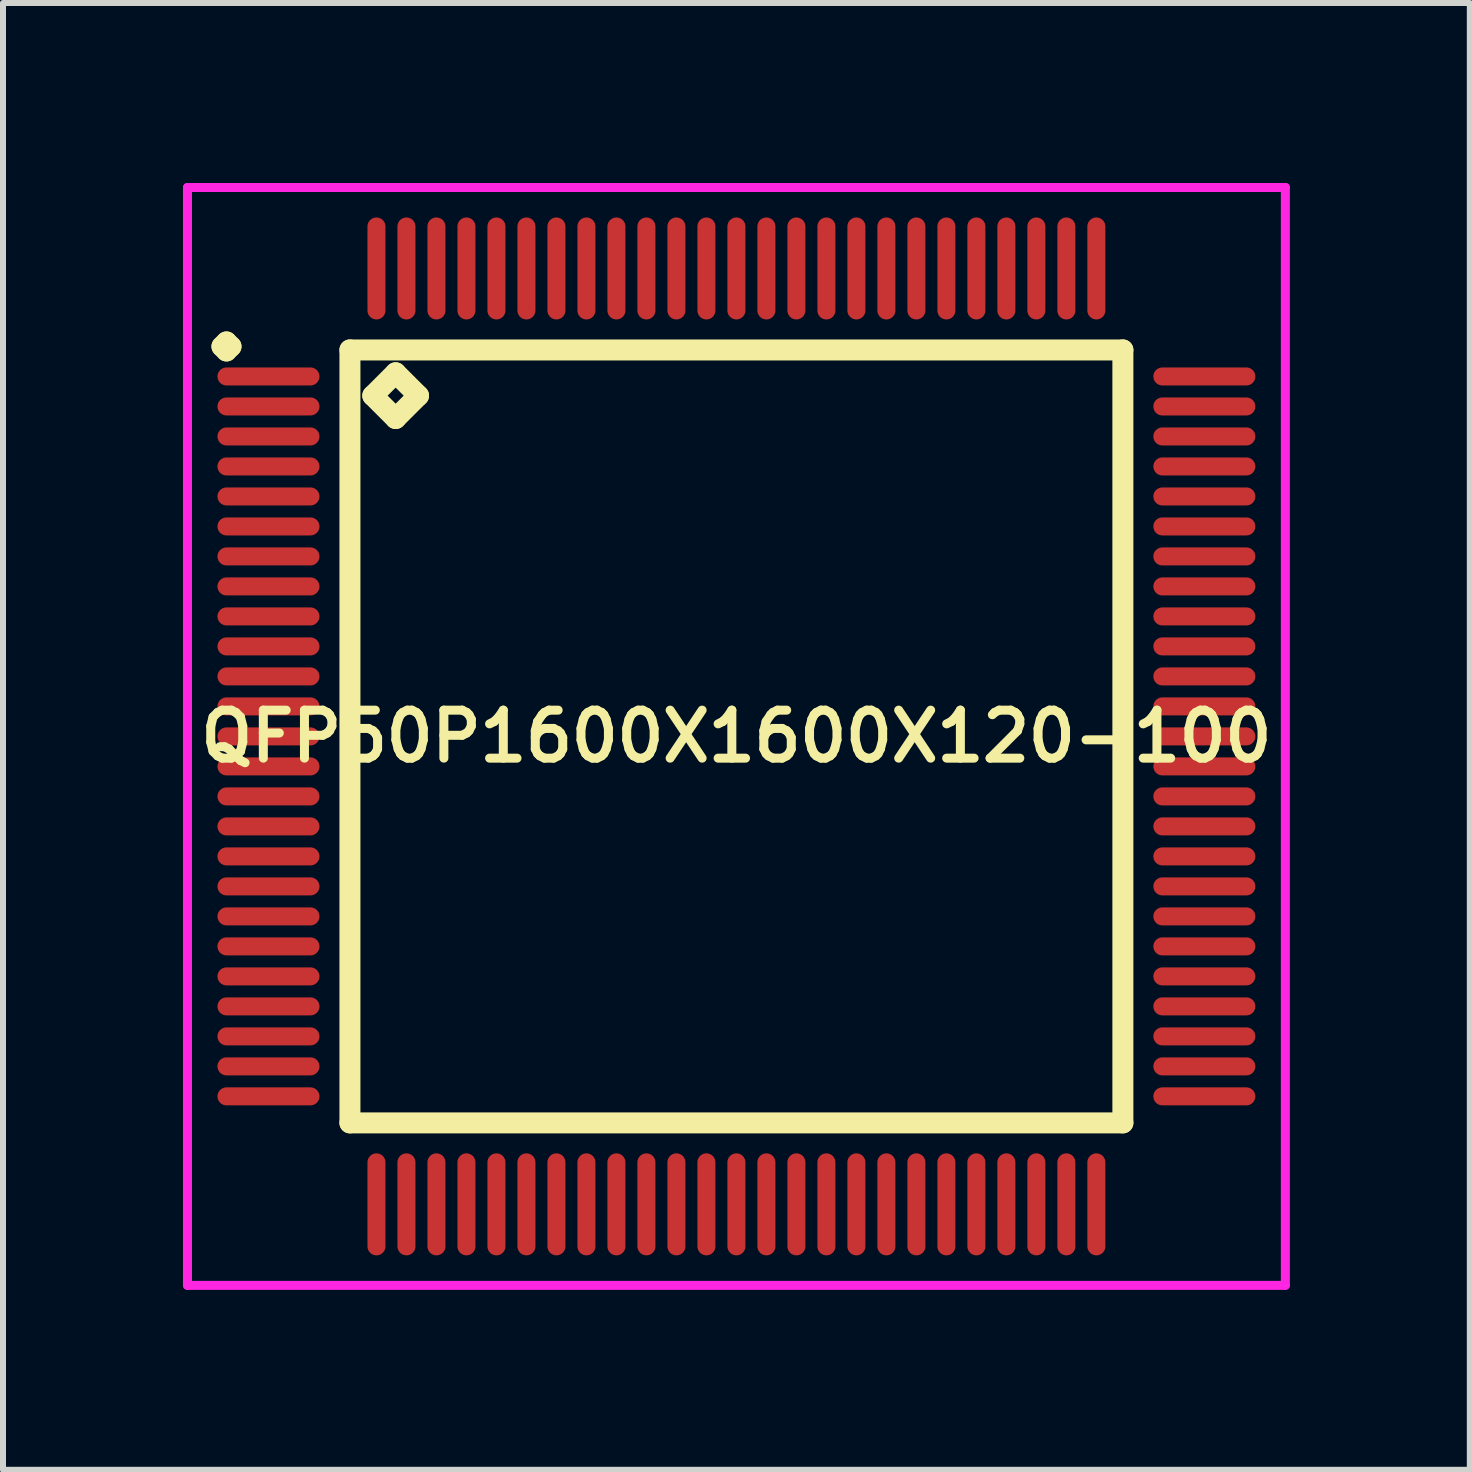
<source format=kicad_pcb>
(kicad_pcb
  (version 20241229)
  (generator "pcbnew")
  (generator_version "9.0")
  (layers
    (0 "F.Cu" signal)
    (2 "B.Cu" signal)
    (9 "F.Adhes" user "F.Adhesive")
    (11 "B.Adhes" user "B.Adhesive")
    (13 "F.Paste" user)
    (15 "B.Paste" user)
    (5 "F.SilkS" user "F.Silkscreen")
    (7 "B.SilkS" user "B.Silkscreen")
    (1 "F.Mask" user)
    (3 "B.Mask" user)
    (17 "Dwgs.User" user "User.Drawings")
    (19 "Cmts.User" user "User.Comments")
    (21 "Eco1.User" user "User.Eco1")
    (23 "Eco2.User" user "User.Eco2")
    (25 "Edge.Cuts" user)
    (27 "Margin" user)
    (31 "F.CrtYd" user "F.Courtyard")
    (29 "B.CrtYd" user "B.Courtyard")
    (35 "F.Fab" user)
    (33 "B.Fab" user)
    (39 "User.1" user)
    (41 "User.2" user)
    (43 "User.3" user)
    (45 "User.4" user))
  (footprint "QFP50P1600X1600X120-100"
    (layer "F.Cu")
    (at 9.225 9.225)
    (property "Reference" "QFP50P1600X1600X120-100" (at 0 0 0) (layer "F.SilkS") (effects (font (size 0.8 0.8) (thickness 0.15))))
    (attr smd)
    (fp_line (start -8.575 -6.5) (end -8.5 -6.575) (stroke (width 0.35) (type solid)) (layer "F.SilkS"))
    (fp_line (start -8.5 -6.575) (end -8.425 -6.5) (stroke (width 0.35) (type solid)) (layer "F.SilkS"))
    (fp_line (start -8.5 -6.425) (end -8.575 -6.5) (stroke (width 0.35) (type solid)) (layer "F.SilkS"))
    (fp_line (start -8.425 -6.5) (end -8.5 -6.425) (stroke (width 0.35) (type solid)) (layer "F.SilkS"))
    (fp_line (start -6.442 -6.442) (end -6.442 6.442) (stroke (width 0.35) (type solid)) (layer "F.SilkS"))
    (fp_line (start -6.442 6.442) (end 6.442 6.442) (stroke (width 0.35) (type solid)) (layer "F.SilkS"))
    (fp_line (start -6.061 -5.68) (end -5.68 -6.061) (stroke (width 0.35) (type solid)) (layer "F.SilkS"))
    (fp_line (start -5.68 -6.061) (end -5.299 -5.68) (stroke (width 0.35) (type solid)) (layer "F.SilkS"))
    (fp_line (start -5.68 -5.299) (end -6.061 -5.68) (stroke (width 0.35) (type solid)) (layer "F.SilkS"))
    (fp_line (start -5.299 -5.68) (end -5.68 -5.299) (stroke (width 0.35) (type solid)) (layer "F.SilkS"))
    (fp_line (start 6.442 -6.442) (end -6.442 -6.442) (stroke (width 0.35) (type solid)) (layer "F.SilkS"))
    (fp_line (start 6.442 6.442) (end 6.442 -6.442) (stroke (width 0.35) (type solid)) (layer "F.SilkS"))
    (fp_line (start -9.15 -9.15) (end 9.15 -9.15) (stroke (width 0.15) (type solid)) (layer "F.CrtYd"))
    (fp_line (start -9.15 9.15) (end -9.15 -9.15) (stroke (width 0.15) (type solid)) (layer "F.CrtYd"))
    (fp_line (start 9.15 -9.15) (end 9.15 9.15) (stroke (width 0.15) (type solid)) (layer "F.CrtYd"))
    (fp_line (start 9.15 9.15) (end -9.15 9.15) (stroke (width 0.15) (type solid)) (layer "F.CrtYd"))
    (pad "1" smd oval (at -7.8 -6) (size 1.7 0.3) (layers "F.Cu" "F.Mask" "F.Paste"))
    (pad "2" smd oval (at -7.8 -5.5) (size 1.7 0.3) (layers "F.Cu" "F.Mask" "F.Paste"))
    (pad "3" smd oval (at -7.8 -5) (size 1.7 0.3) (layers "F.Cu" "F.Mask" "F.Paste"))
    (pad "4" smd oval (at -7.8 -4.5) (size 1.7 0.3) (layers "F.Cu" "F.Mask" "F.Paste"))
    (pad "5" smd oval (at -7.8 -4) (size 1.7 0.3) (layers "F.Cu" "F.Mask" "F.Paste"))
    (pad "6" smd oval (at -7.8 -3.5) (size 1.7 0.3) (layers "F.Cu" "F.Mask" "F.Paste"))
    (pad "7" smd oval (at -7.8 -3) (size 1.7 0.3) (layers "F.Cu" "F.Mask" "F.Paste"))
    (pad "8" smd oval (at -7.8 -2.5) (size 1.7 0.3) (layers "F.Cu" "F.Mask" "F.Paste"))
    (pad "9" smd oval (at -7.8 -2) (size 1.7 0.3) (layers "F.Cu" "F.Mask" "F.Paste"))
    (pad "10" smd oval (at -7.8 -1.5) (size 1.7 0.3) (layers "F.Cu" "F.Mask" "F.Paste"))
    (pad "11" smd oval (at -7.8 -1) (size 1.7 0.3) (layers "F.Cu" "F.Mask" "F.Paste"))
    (pad "12" smd oval (at -7.8 -0.5) (size 1.7 0.3) (layers "F.Cu" "F.Mask" "F.Paste"))
    (pad "13" smd oval (at -7.8 0) (size 1.7 0.3) (layers "F.Cu" "F.Mask" "F.Paste"))
    (pad "14" smd oval (at -7.8 0.5) (size 1.7 0.3) (layers "F.Cu" "F.Mask" "F.Paste"))
    (pad "15" smd oval (at -7.8 1) (size 1.7 0.3) (layers "F.Cu" "F.Mask" "F.Paste"))
    (pad "16" smd oval (at -7.8 1.5) (size 1.7 0.3) (layers "F.Cu" "F.Mask" "F.Paste"))
    (pad "17" smd oval (at -7.8 2) (size 1.7 0.3) (layers "F.Cu" "F.Mask" "F.Paste"))
    (pad "18" smd oval (at -7.8 2.5) (size 1.7 0.3) (layers "F.Cu" "F.Mask" "F.Paste"))
    (pad "19" smd oval (at -7.8 3) (size 1.7 0.3) (layers "F.Cu" "F.Mask" "F.Paste"))
    (pad "20" smd oval (at -7.8 3.5) (size 1.7 0.3) (layers "F.Cu" "F.Mask" "F.Paste"))
    (pad "21" smd oval (at -7.8 4) (size 1.7 0.3) (layers "F.Cu" "F.Mask" "F.Paste"))
    (pad "22" smd oval (at -7.8 4.5) (size 1.7 0.3) (layers "F.Cu" "F.Mask" "F.Paste"))
    (pad "23" smd oval (at -7.8 5) (size 1.7 0.3) (layers "F.Cu" "F.Mask" "F.Paste"))
    (pad "24" smd oval (at -7.8 5.5) (size 1.7 0.3) (layers "F.Cu" "F.Mask" "F.Paste"))
    (pad "25" smd oval (at -7.8 6) (size 1.7 0.3) (layers "F.Cu" "F.Mask" "F.Paste"))
    (pad "26" smd oval (at -6 7.8) (size 0.3 1.7) (layers "F.Cu" "F.Mask" "F.Paste"))
    (pad "27" smd oval (at -5.5 7.8) (size 0.3 1.7) (layers "F.Cu" "F.Mask" "F.Paste"))
    (pad "28" smd oval (at -5 7.8) (size 0.3 1.7) (layers "F.Cu" "F.Mask" "F.Paste"))
    (pad "29" smd oval (at -4.5 7.8) (size 0.3 1.7) (layers "F.Cu" "F.Mask" "F.Paste"))
    (pad "30" smd oval (at -4 7.8) (size 0.3 1.7) (layers "F.Cu" "F.Mask" "F.Paste"))
    (pad "31" smd oval (at -3.5 7.8) (size 0.3 1.7) (layers "F.Cu" "F.Mask" "F.Paste"))
    (pad "32" smd oval (at -3 7.8) (size 0.3 1.7) (layers "F.Cu" "F.Mask" "F.Paste"))
    (pad "33" smd oval (at -2.5 7.8) (size 0.3 1.7) (layers "F.Cu" "F.Mask" "F.Paste"))
    (pad "34" smd oval (at -2 7.8) (size 0.3 1.7) (layers "F.Cu" "F.Mask" "F.Paste"))
    (pad "35" smd oval (at -1.5 7.8) (size 0.3 1.7) (layers "F.Cu" "F.Mask" "F.Paste"))
    (pad "36" smd oval (at -1 7.8) (size 0.3 1.7) (layers "F.Cu" "F.Mask" "F.Paste"))
    (pad "37" smd oval (at -0.5 7.8) (size 0.3 1.7) (layers "F.Cu" "F.Mask" "F.Paste"))
    (pad "38" smd oval (at 0 7.8) (size 0.3 1.7) (layers "F.Cu" "F.Mask" "F.Paste"))
    (pad "39" smd oval (at 0.5 7.8) (size 0.3 1.7) (layers "F.Cu" "F.Mask" "F.Paste"))
    (pad "40" smd oval (at 1 7.8) (size 0.3 1.7) (layers "F.Cu" "F.Mask" "F.Paste"))
    (pad "41" smd oval (at 1.5 7.8) (size 0.3 1.7) (layers "F.Cu" "F.Mask" "F.Paste"))
    (pad "42" smd oval (at 2 7.8) (size 0.3 1.7) (layers "F.Cu" "F.Mask" "F.Paste"))
    (pad "43" smd oval (at 2.5 7.8) (size 0.3 1.7) (layers "F.Cu" "F.Mask" "F.Paste"))
    (pad "44" smd oval (at 3 7.8) (size 0.3 1.7) (layers "F.Cu" "F.Mask" "F.Paste"))
    (pad "45" smd oval (at 3.5 7.8) (size 0.3 1.7) (layers "F.Cu" "F.Mask" "F.Paste"))
    (pad "46" smd oval (at 4 7.8) (size 0.3 1.7) (layers "F.Cu" "F.Mask" "F.Paste"))
    (pad "47" smd oval (at 4.5 7.8) (size 0.3 1.7) (layers "F.Cu" "F.Mask" "F.Paste"))
    (pad "48" smd oval (at 5 7.8) (size 0.3 1.7) (layers "F.Cu" "F.Mask" "F.Paste"))
    (pad "49" smd oval (at 5.5 7.8) (size 0.3 1.7) (layers "F.Cu" "F.Mask" "F.Paste"))
    (pad "50" smd oval (at 6 7.8) (size 0.3 1.7) (layers "F.Cu" "F.Mask" "F.Paste"))
    (pad "51" smd oval (at 7.8 6) (size 1.7 0.3) (layers "F.Cu" "F.Mask" "F.Paste"))
    (pad "52" smd oval (at 7.8 5.5) (size 1.7 0.3) (layers "F.Cu" "F.Mask" "F.Paste"))
    (pad "53" smd oval (at 7.8 5) (size 1.7 0.3) (layers "F.Cu" "F.Mask" "F.Paste"))
    (pad "54" smd oval (at 7.8 4.5) (size 1.7 0.3) (layers "F.Cu" "F.Mask" "F.Paste"))
    (pad "55" smd oval (at 7.8 4) (size 1.7 0.3) (layers "F.Cu" "F.Mask" "F.Paste"))
    (pad "56" smd oval (at 7.8 3.5) (size 1.7 0.3) (layers "F.Cu" "F.Mask" "F.Paste"))
    (pad "57" smd oval (at 7.8 3) (size 1.7 0.3) (layers "F.Cu" "F.Mask" "F.Paste"))
    (pad "58" smd oval (at 7.8 2.5) (size 1.7 0.3) (layers "F.Cu" "F.Mask" "F.Paste"))
    (pad "59" smd oval (at 7.8 2) (size 1.7 0.3) (layers "F.Cu" "F.Mask" "F.Paste"))
    (pad "60" smd oval (at 7.8 1.5) (size 1.7 0.3) (layers "F.Cu" "F.Mask" "F.Paste"))
    (pad "61" smd oval (at 7.8 1) (size 1.7 0.3) (layers "F.Cu" "F.Mask" "F.Paste"))
    (pad "62" smd oval (at 7.8 0.5) (size 1.7 0.3) (layers "F.Cu" "F.Mask" "F.Paste"))
    (pad "63" smd oval (at 7.8 0) (size 1.7 0.3) (layers "F.Cu" "F.Mask" "F.Paste"))
    (pad "64" smd oval (at 7.8 -0.5) (size 1.7 0.3) (layers "F.Cu" "F.Mask" "F.Paste"))
    (pad "65" smd oval (at 7.8 -1) (size 1.7 0.3) (layers "F.Cu" "F.Mask" "F.Paste"))
    (pad "66" smd oval (at 7.8 -1.5) (size 1.7 0.3) (layers "F.Cu" "F.Mask" "F.Paste"))
    (pad "67" smd oval (at 7.8 -2) (size 1.7 0.3) (layers "F.Cu" "F.Mask" "F.Paste"))
    (pad "68" smd oval (at 7.8 -2.5) (size 1.7 0.3) (layers "F.Cu" "F.Mask" "F.Paste"))
    (pad "69" smd oval (at 7.8 -3) (size 1.7 0.3) (layers "F.Cu" "F.Mask" "F.Paste"))
    (pad "70" smd oval (at 7.8 -3.5) (size 1.7 0.3) (layers "F.Cu" "F.Mask" "F.Paste"))
    (pad "71" smd oval (at 7.8 -4) (size 1.7 0.3) (layers "F.Cu" "F.Mask" "F.Paste"))
    (pad "72" smd oval (at 7.8 -4.5) (size 1.7 0.3) (layers "F.Cu" "F.Mask" "F.Paste"))
    (pad "73" smd oval (at 7.8 -5) (size 1.7 0.3) (layers "F.Cu" "F.Mask" "F.Paste"))
    (pad "74" smd oval (at 7.8 -5.5) (size 1.7 0.3) (layers "F.Cu" "F.Mask" "F.Paste"))
    (pad "75" smd oval (at 7.8 -6) (size 1.7 0.3) (layers "F.Cu" "F.Mask" "F.Paste"))
    (pad "76" smd oval (at 6 -7.8) (size 0.3 1.7) (layers "F.Cu" "F.Mask" "F.Paste"))
    (pad "77" smd oval (at 5.5 -7.8) (size 0.3 1.7) (layers "F.Cu" "F.Mask" "F.Paste"))
    (pad "78" smd oval (at 5 -7.8) (size 0.3 1.7) (layers "F.Cu" "F.Mask" "F.Paste"))
    (pad "79" smd oval (at 4.5 -7.8) (size 0.3 1.7) (layers "F.Cu" "F.Mask" "F.Paste"))
    (pad "80" smd oval (at 4 -7.8) (size 0.3 1.7) (layers "F.Cu" "F.Mask" "F.Paste"))
    (pad "81" smd oval (at 3.5 -7.8) (size 0.3 1.7) (layers "F.Cu" "F.Mask" "F.Paste"))
    (pad "82" smd oval (at 3 -7.8) (size 0.3 1.7) (layers "F.Cu" "F.Mask" "F.Paste"))
    (pad "83" smd oval (at 2.5 -7.8) (size 0.3 1.7) (layers "F.Cu" "F.Mask" "F.Paste"))
    (pad "84" smd oval (at 2 -7.8) (size 0.3 1.7) (layers "F.Cu" "F.Mask" "F.Paste"))
    (pad "85" smd oval (at 1.5 -7.8) (size 0.3 1.7) (layers "F.Cu" "F.Mask" "F.Paste"))
    (pad "86" smd oval (at 1 -7.8) (size 0.3 1.7) (layers "F.Cu" "F.Mask" "F.Paste"))
    (pad "87" smd oval (at 0.5 -7.8) (size 0.3 1.7) (layers "F.Cu" "F.Mask" "F.Paste"))
    (pad "88" smd oval (at 0 -7.8) (size 0.3 1.7) (layers "F.Cu" "F.Mask" "F.Paste"))
    (pad "89" smd oval (at -0.5 -7.8) (size 0.3 1.7) (layers "F.Cu" "F.Mask" "F.Paste"))
    (pad "90" smd oval (at -1 -7.8) (size 0.3 1.7) (layers "F.Cu" "F.Mask" "F.Paste"))
    (pad "91" smd oval (at -1.5 -7.8) (size 0.3 1.7) (layers "F.Cu" "F.Mask" "F.Paste"))
    (pad "92" smd oval (at -2 -7.8) (size 0.3 1.7) (layers "F.Cu" "F.Mask" "F.Paste"))
    (pad "93" smd oval (at -2.5 -7.8) (size 0.3 1.7) (layers "F.Cu" "F.Mask" "F.Paste"))
    (pad "94" smd oval (at -3 -7.8) (size 0.3 1.7) (layers "F.Cu" "F.Mask" "F.Paste"))
    (pad "95" smd oval (at -3.5 -7.8) (size 0.3 1.7) (layers "F.Cu" "F.Mask" "F.Paste"))
    (pad "96" smd oval (at -4 -7.8) (size 0.3 1.7) (layers "F.Cu" "F.Mask" "F.Paste"))
    (pad "97" smd oval (at -4.5 -7.8) (size 0.3 1.7) (layers "F.Cu" "F.Mask" "F.Paste"))
    (pad "98" smd oval (at -5 -7.8) (size 0.3 1.7) (layers "F.Cu" "F.Mask" "F.Paste"))
    (pad "99" smd oval (at -5.5 -7.8) (size 0.3 1.7) (layers "F.Cu" "F.Mask" "F.Paste"))
    (pad "100" smd oval (at -6 -7.8) (size 0.3 1.7) (layers "F.Cu" "F.Mask" "F.Paste")))
  (gr_rect
    (start -3 -3)
    (end 21.45 21.45)
    (stroke (width 0.1) (type default))
    (fill no)
    (layer "Edge.Cuts")))
</source>
